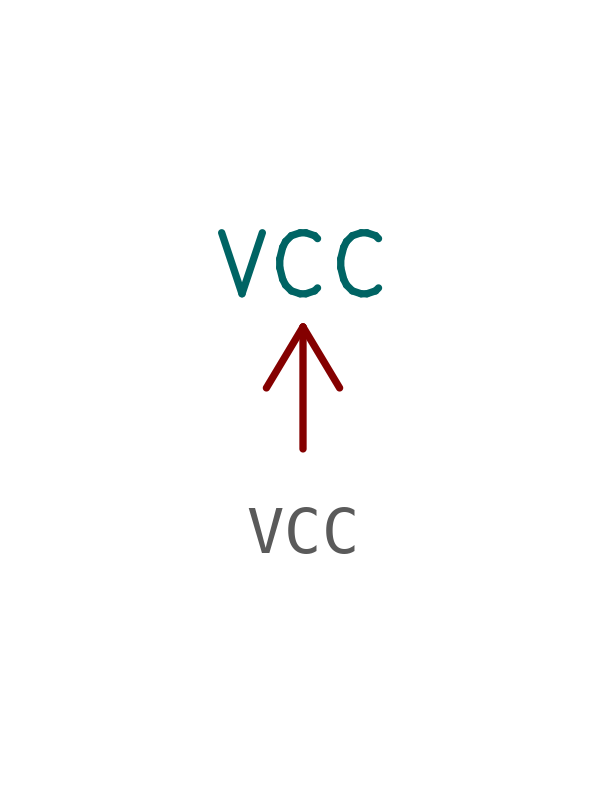
<source format=kicad_sym>
(kicad_symbol_lib
  (version 20211014)
  (generator kicad_symbol_editor)
  (symbol "VCC"
    (power)
    (pin_names
      (offset 0))
    (property "Reference" "#PWR"
      (at 0 -3.81 0)
      (effects (font (size 1.27 1.27)) hide))
    (property "Value" "VCC"
      (at 0 3.81 0)
      (effects (font (size 1.27 1.27))))
    (symbol "VCC_0_1"
      (polyline (pts (xy -0.762 1.27) (xy 0 2.54)) (stroke (width 0) (type default) (color 0 0 0 0)) (fill (type none)))
      (polyline (pts (xy 0 0) (xy 0 2.54)) (stroke (width 0) (type default) (color 0 0 0 0)) (fill (type none)))
      (polyline (pts (xy 0 2.54) (xy 0.762 1.27)) (stroke (width 0) (type default) (color 0 0 0 0)) (fill (type none))))
    (symbol "VCC_1_1"
      (pin power_out line (at 0 0 90) (length 0) hide (name "VCC" (effects (font (size 1.27 1.27)))) (number "1" (effects (font (size 1.27 1.27))))))))
</source>
